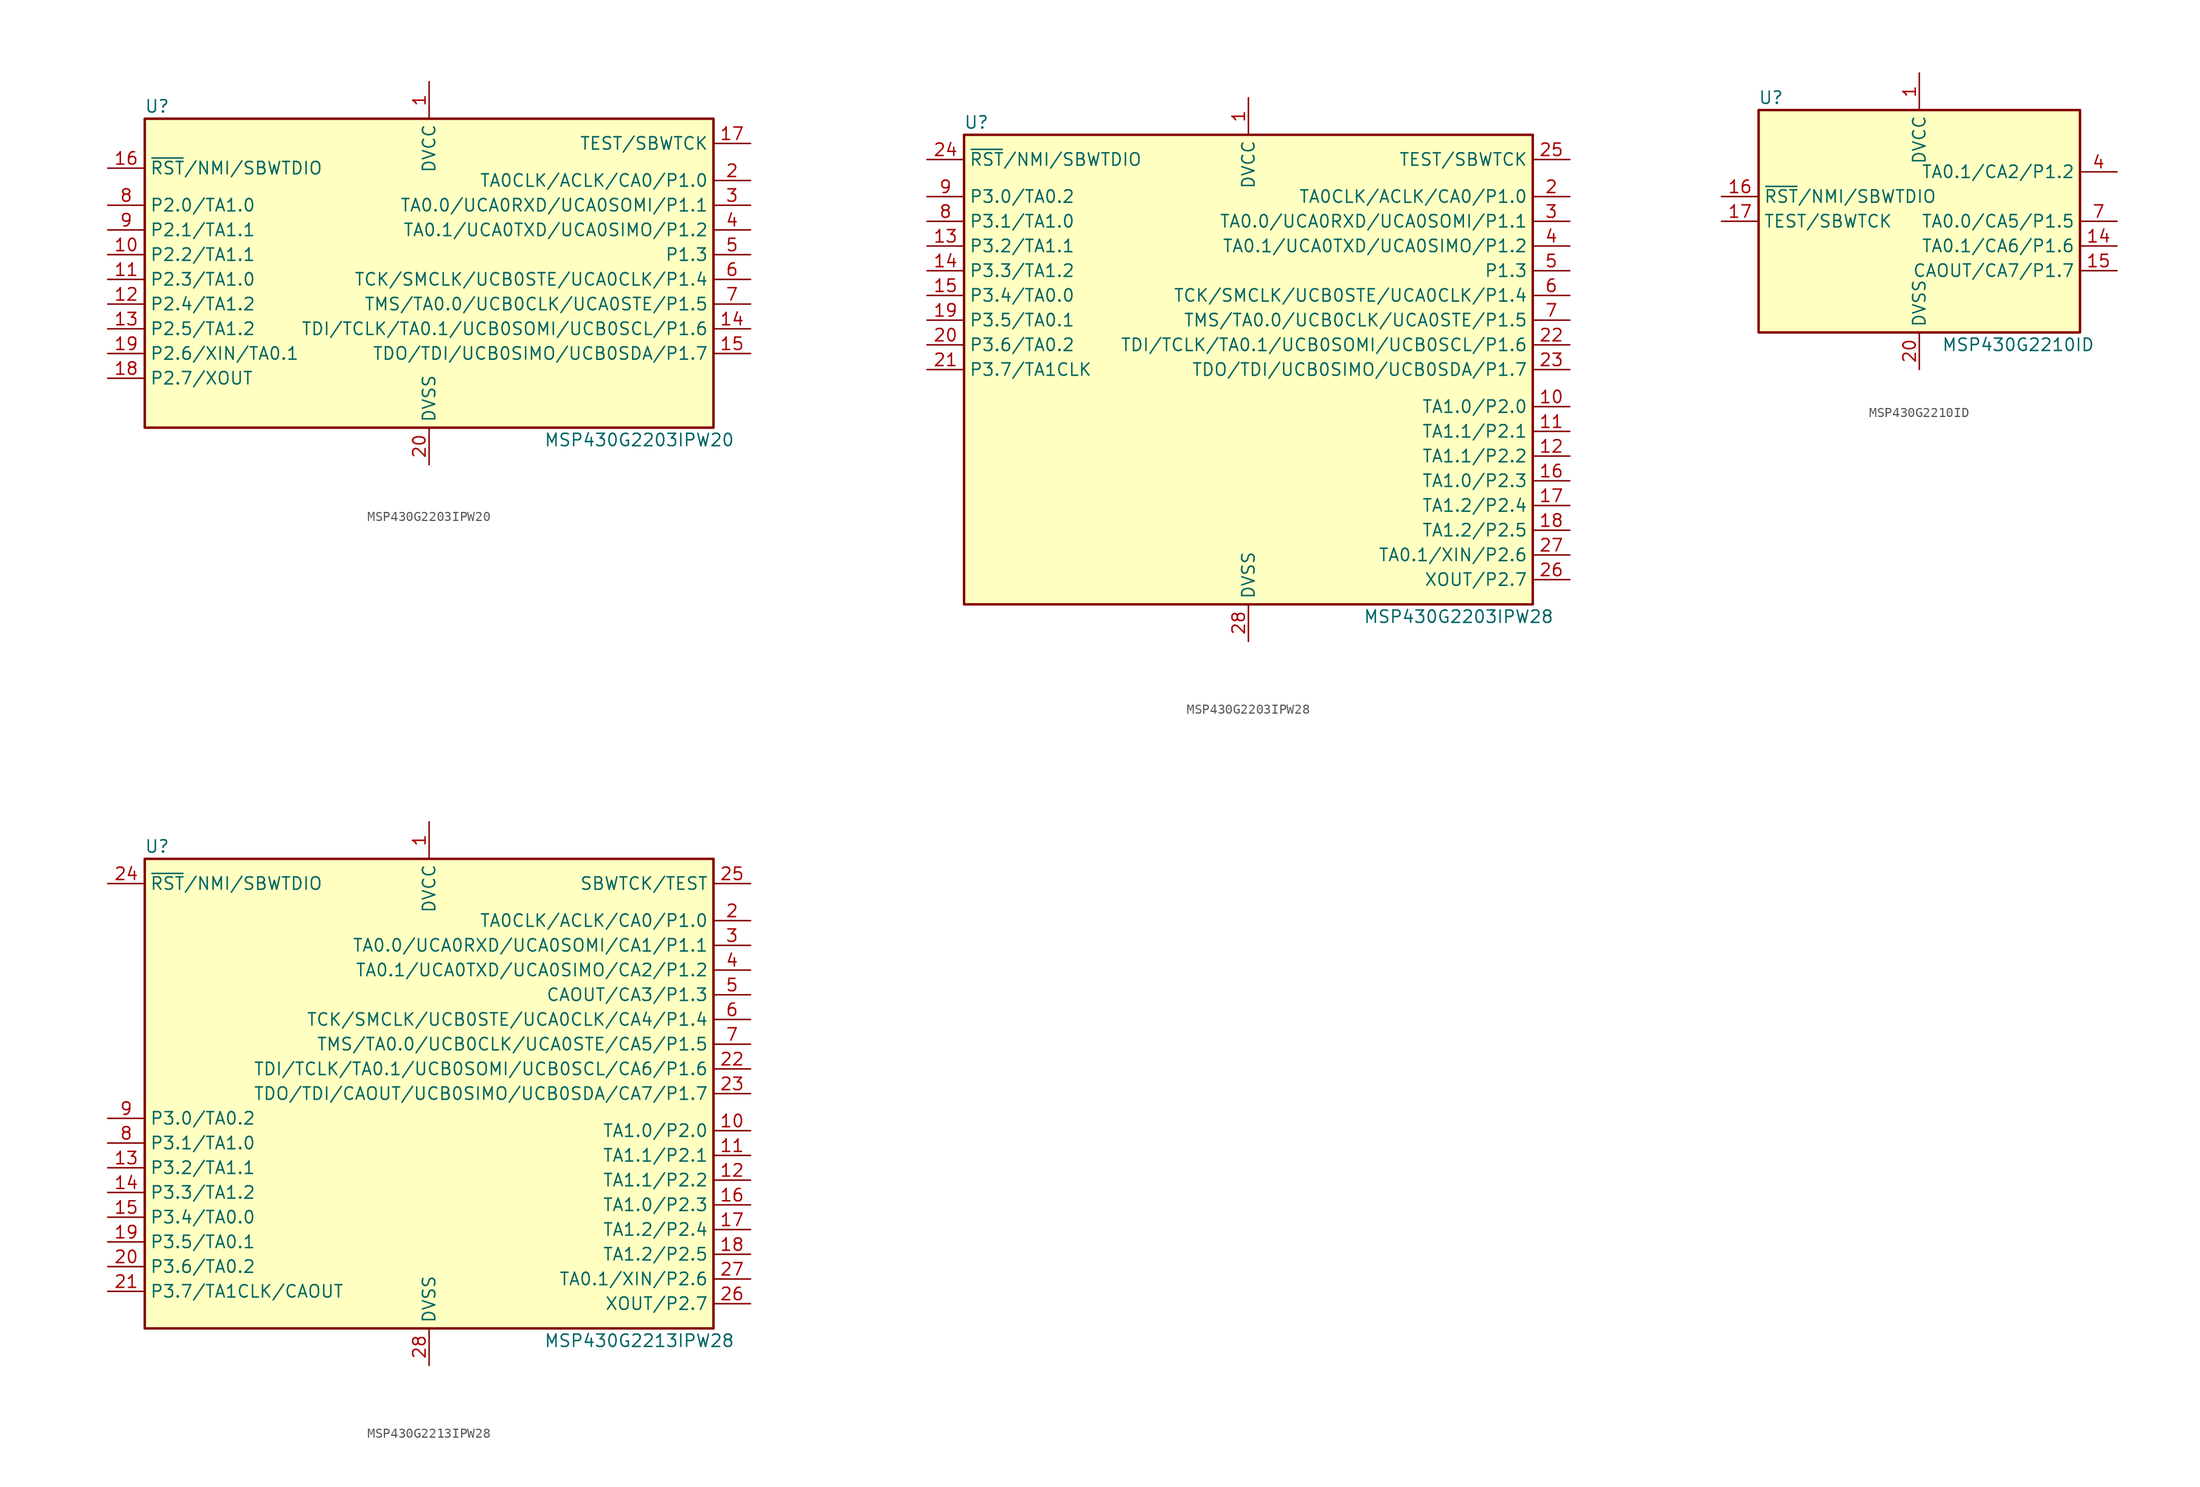
<source format=kicad_sym>
(kicad_symbol_lib
  (version 20201005)
  (generator kicad_symbol_editor)
  (symbol "MSP430G2203IPW20"
    (property "Reference" "U"
      (at -27.94 17.78 0)
      (effects (font (size 1.27 1.27))))
    (property "Value" "MSP430G2203IPW20"
      (at 21.59 -16.51 0)
      (effects (font (size 1.27 1.27))))
    (symbol "MSP430G2203IPW20_0_1"
      (rectangle (start -29.21 16.51) (end 29.21 -15.24) (stroke (width 0.254)) (fill (type background))))
    (symbol "MSP430G2203IPW20_1_1"
      (pin power_in line (at 0 20.32 270) (length 3.81) (name "DVCC" (effects (font (size 1.27 1.27)))) (number "1" (effects (font (size 1.27 1.27)))))
      (pin bidirectional line (at -33.02 2.54 0) (length 3.81) (name "P2.2/TA1.1" (effects (font (size 1.27 1.27)))) (number "10" (effects (font (size 1.27 1.27)))))
      (pin bidirectional line (at -33.02 0 0) (length 3.81) (name "P2.3/TA1.0" (effects (font (size 1.27 1.27)))) (number "11" (effects (font (size 1.27 1.27)))))
      (pin bidirectional line (at -33.02 -2.54 0) (length 3.81) (name "P2.4/TA1.2" (effects (font (size 1.27 1.27)))) (number "12" (effects (font (size 1.27 1.27)))))
      (pin bidirectional line (at -33.02 -5.08 0) (length 3.81) (name "P2.5/TA1.2" (effects (font (size 1.27 1.27)))) (number "13" (effects (font (size 1.27 1.27)))))
      (pin bidirectional line (at 33.02 -5.08 180) (length 3.81) (name "TDI/TCLK/TA0.1/UCB0SOMI/UCB0SCL/P1.6" (effects (font (size 1.27 1.27)))) (number "14" (effects (font (size 1.27 1.27)))))
      (pin bidirectional line (at 33.02 -7.62 180) (length 3.81) (name "TDO/TDI/UCB0SIMO/UCB0SDA/P1.7" (effects (font (size 1.27 1.27)))) (number "15" (effects (font (size 1.27 1.27)))))
      (pin input line (at -33.02 11.43 0) (length 3.81) (name "~RST~/NMI/SBWTDIO" (effects (font (size 1.27 1.27)))) (number "16" (effects (font (size 1.27 1.27)))))
      (pin input line (at 33.02 13.97 180) (length 3.81) (name "TEST/SBWTCK" (effects (font (size 1.27 1.27)))) (number "17" (effects (font (size 1.27 1.27)))))
      (pin bidirectional line (at -33.02 -10.16 0) (length 3.81) (name "P2.7/XOUT" (effects (font (size 1.27 1.27)))) (number "18" (effects (font (size 1.27 1.27)))))
      (pin bidirectional line (at -33.02 -7.62 0) (length 3.81) (name "P2.6/XIN/TA0.1" (effects (font (size 1.27 1.27)))) (number "19" (effects (font (size 1.27 1.27)))))
      (pin bidirectional line (at 33.02 10.16 180) (length 3.81) (name "TA0CLK/ACLK/CA0/P1.0" (effects (font (size 1.27 1.27)))) (number "2" (effects (font (size 1.27 1.27)))))
      (pin power_in line (at 0 -19.05 90) (length 3.81) (name "DVSS" (effects (font (size 1.27 1.27)))) (number "20" (effects (font (size 1.27 1.27)))))
      (pin bidirectional line (at 33.02 7.62 180) (length 3.81) (name "TA0.0/UCA0RXD/UCA0SOMI/P1.1" (effects (font (size 1.27 1.27)))) (number "3" (effects (font (size 1.27 1.27)))))
      (pin bidirectional line (at 33.02 5.08 180) (length 3.81) (name "TA0.1/UCA0TXD/UCA0SIMO/P1.2" (effects (font (size 1.27 1.27)))) (number "4" (effects (font (size 1.27 1.27)))))
      (pin bidirectional line (at 33.02 2.54 180) (length 3.81) (name "P1.3" (effects (font (size 1.27 1.27)))) (number "5" (effects (font (size 1.27 1.27)))))
      (pin bidirectional line (at 33.02 0 180) (length 3.81) (name "TCK/SMCLK/UCB0STE/UCA0CLK/P1.4" (effects (font (size 1.27 1.27)))) (number "6" (effects (font (size 1.27 1.27)))))
      (pin bidirectional line (at 33.02 -2.54 180) (length 3.81) (name "TMS/TA0.0/UCB0CLK/UCA0STE/P1.5" (effects (font (size 1.27 1.27)))) (number "7" (effects (font (size 1.27 1.27)))))
      (pin bidirectional line (at -33.02 7.62 0) (length 3.81) (name "P2.0/TA1.0" (effects (font (size 1.27 1.27)))) (number "8" (effects (font (size 1.27 1.27)))))
      (pin bidirectional line (at -33.02 5.08 0) (length 3.81) (name "P2.1/TA1.1" (effects (font (size 1.27 1.27)))) (number "9" (effects (font (size 1.27 1.27)))))))
  (symbol "MSP430G2203IPW28"
    (property "Reference" "U"
      (at -27.94 25.4 0)
      (effects (font (size 1.27 1.27))))
    (property "Value" "MSP430G2203IPW28"
      (at 21.59 -25.4 0)
      (effects (font (size 1.27 1.27))))
    (symbol "MSP430G2203IPW28_0_1"
      (rectangle (start -29.21 24.13) (end 29.21 -24.13) (stroke (width 0.254)) (fill (type background))))
    (symbol "MSP430G2203IPW28_1_1"
      (pin power_in line (at 0 27.94 270) (length 3.81) (name "DVCC" (effects (font (size 1.27 1.27)))) (number "1" (effects (font (size 1.27 1.27)))))
      (pin bidirectional line (at 33.02 -3.81 180) (length 3.81) (name "TA1.0/P2.0" (effects (font (size 1.27 1.27)))) (number "10" (effects (font (size 1.27 1.27)))))
      (pin bidirectional line (at 33.02 -6.35 180) (length 3.81) (name "TA1.1/P2.1" (effects (font (size 1.27 1.27)))) (number "11" (effects (font (size 1.27 1.27)))))
      (pin bidirectional line (at 33.02 -8.89 180) (length 3.81) (name "TA1.1/P2.2" (effects (font (size 1.27 1.27)))) (number "12" (effects (font (size 1.27 1.27)))))
      (pin bidirectional line (at -33.02 12.7 0) (length 3.81) (name "P3.2/TA1.1" (effects (font (size 1.27 1.27)))) (number "13" (effects (font (size 1.27 1.27)))))
      (pin bidirectional line (at -33.02 10.16 0) (length 3.81) (name "P3.3/TA1.2" (effects (font (size 1.27 1.27)))) (number "14" (effects (font (size 1.27 1.27)))))
      (pin bidirectional line (at -33.02 7.62 0) (length 3.81) (name "P3.4/TA0.0" (effects (font (size 1.27 1.27)))) (number "15" (effects (font (size 1.27 1.27)))))
      (pin bidirectional line (at 33.02 -11.43 180) (length 3.81) (name "TA1.0/P2.3" (effects (font (size 1.27 1.27)))) (number "16" (effects (font (size 1.27 1.27)))))
      (pin bidirectional line (at 33.02 -13.97 180) (length 3.81) (name "TA1.2/P2.4" (effects (font (size 1.27 1.27)))) (number "17" (effects (font (size 1.27 1.27)))))
      (pin bidirectional line (at 33.02 -16.51 180) (length 3.81) (name "TA1.2/P2.5" (effects (font (size 1.27 1.27)))) (number "18" (effects (font (size 1.27 1.27)))))
      (pin bidirectional line (at -33.02 5.08 0) (length 3.81) (name "P3.5/TA0.1" (effects (font (size 1.27 1.27)))) (number "19" (effects (font (size 1.27 1.27)))))
      (pin bidirectional line (at 33.02 17.78 180) (length 3.81) (name "TA0CLK/ACLK/CA0/P1.0" (effects (font (size 1.27 1.27)))) (number "2" (effects (font (size 1.27 1.27)))))
      (pin bidirectional line (at -33.02 2.54 0) (length 3.81) (name "P3.6/TA0.2" (effects (font (size 1.27 1.27)))) (number "20" (effects (font (size 1.27 1.27)))))
      (pin bidirectional line (at -33.02 0 0) (length 3.81) (name "P3.7/TA1CLK" (effects (font (size 1.27 1.27)))) (number "21" (effects (font (size 1.27 1.27)))))
      (pin bidirectional line (at 33.02 2.54 180) (length 3.81) (name "TDI/TCLK/TA0.1/UCB0SOMI/UCB0SCL/P1.6" (effects (font (size 1.27 1.27)))) (number "22" (effects (font (size 1.27 1.27)))))
      (pin bidirectional line (at 33.02 0 180) (length 3.81) (name "TDO/TDI/UCB0SIMO/UCB0SDA/P1.7" (effects (font (size 1.27 1.27)))) (number "23" (effects (font (size 1.27 1.27)))))
      (pin input line (at -33.02 21.59 0) (length 3.81) (name "~RST~/NMI/SBWTDIO" (effects (font (size 1.27 1.27)))) (number "24" (effects (font (size 1.27 1.27)))))
      (pin input line (at 33.02 21.59 180) (length 3.81) (name "TEST/SBWTCK" (effects (font (size 1.27 1.27)))) (number "25" (effects (font (size 1.27 1.27)))))
      (pin bidirectional line (at 33.02 -21.59 180) (length 3.81) (name "XOUT/P2.7" (effects (font (size 1.27 1.27)))) (number "26" (effects (font (size 1.27 1.27)))))
      (pin bidirectional line (at 33.02 -19.05 180) (length 3.81) (name "TA0.1/XIN/P2.6" (effects (font (size 1.27 1.27)))) (number "27" (effects (font (size 1.27 1.27)))))
      (pin power_in line (at 0 -27.94 90) (length 3.81) (name "DVSS" (effects (font (size 1.27 1.27)))) (number "28" (effects (font (size 1.27 1.27)))))
      (pin bidirectional line (at 33.02 15.24 180) (length 3.81) (name "TA0.0/UCA0RXD/UCA0SOMI/P1.1" (effects (font (size 1.27 1.27)))) (number "3" (effects (font (size 1.27 1.27)))))
      (pin bidirectional line (at 33.02 12.7 180) (length 3.81) (name "TA0.1/UCA0TXD/UCA0SIMO/P1.2" (effects (font (size 1.27 1.27)))) (number "4" (effects (font (size 1.27 1.27)))))
      (pin bidirectional line (at 33.02 10.16 180) (length 3.81) (name "P1.3" (effects (font (size 1.27 1.27)))) (number "5" (effects (font (size 1.27 1.27)))))
      (pin bidirectional line (at 33.02 7.62 180) (length 3.81) (name "TCK/SMCLK/UCB0STE/UCA0CLK/P1.4" (effects (font (size 1.27 1.27)))) (number "6" (effects (font (size 1.27 1.27)))))
      (pin bidirectional line (at 33.02 5.08 180) (length 3.81) (name "TMS/TA0.0/UCB0CLK/UCA0STE/P1.5" (effects (font (size 1.27 1.27)))) (number "7" (effects (font (size 1.27 1.27)))))
      (pin bidirectional line (at -33.02 15.24 0) (length 3.81) (name "P3.1/TA1.0" (effects (font (size 1.27 1.27)))) (number "8" (effects (font (size 1.27 1.27)))))
      (pin bidirectional line (at -33.02 17.78 0) (length 3.81) (name "P3.0/TA0.2" (effects (font (size 1.27 1.27)))) (number "9" (effects (font (size 1.27 1.27)))))))
  (symbol "MSP430G2210ID"
    (property "Reference" "U"
      (at -15.24 12.7 0)
      (effects (font (size 1.27 1.27))))
    (property "Value" "MSP430G2210ID"
      (at 10.16 -12.7 0)
      (effects (font (size 1.27 1.27))))
    (symbol "MSP430G2210ID_0_1"
      (rectangle (start -16.51 11.43) (end 16.51 -11.43) (stroke (width 0.254)) (fill (type background))))
    (symbol "MSP430G2210ID_1_1"
      (pin power_in line (at 0 15.24 270) (length 3.81) (name "DVCC" (effects (font (size 1.27 1.27)))) (number "1" (effects (font (size 1.27 1.27)))))
      (pin bidirectional line (at 20.32 -2.54 180) (length 3.81) (name "TA0.1/CA6/P1.6" (effects (font (size 1.27 1.27)))) (number "14" (effects (font (size 1.27 1.27)))))
      (pin bidirectional line (at 20.32 -5.08 180) (length 3.81) (name "CAOUT/CA7/P1.7" (effects (font (size 1.27 1.27)))) (number "15" (effects (font (size 1.27 1.27)))))
      (pin input line (at -20.32 2.54 0) (length 3.81) (name "~RST~/NMI/SBWTDIO" (effects (font (size 1.27 1.27)))) (number "16" (effects (font (size 1.27 1.27)))))
      (pin input line (at -20.32 0 0) (length 3.81) (name "TEST/SBWTCK" (effects (font (size 1.27 1.27)))) (number "17" (effects (font (size 1.27 1.27)))))
      (pin power_in line (at 0 -15.24 90) (length 3.81) (name "DVSS" (effects (font (size 1.27 1.27)))) (number "20" (effects (font (size 1.27 1.27)))))
      (pin bidirectional line (at 20.32 5.08 180) (length 3.81) (name "TA0.1/CA2/P1.2" (effects (font (size 1.27 1.27)))) (number "4" (effects (font (size 1.27 1.27)))))
      (pin bidirectional line (at 20.32 0 180) (length 3.81) (name "TA0.0/CA5/P1.5" (effects (font (size 1.27 1.27)))) (number "7" (effects (font (size 1.27 1.27)))))))
  (symbol "MSP430G2213IPW28"
    (property "Reference" "U"
      (at -27.94 25.4 0)
      (effects (font (size 1.27 1.27))))
    (property "Value" "MSP430G2213IPW28"
      (at 21.59 -25.4 0)
      (effects (font (size 1.27 1.27))))
    (symbol "MSP430G2213IPW28_0_1"
      (rectangle (start -29.21 24.13) (end 29.21 -24.13) (stroke (width 0.254)) (fill (type background))))
    (symbol "MSP430G2213IPW28_1_1"
      (pin power_in line (at 0 27.94 270) (length 3.81) (name "DVCC" (effects (font (size 1.27 1.27)))) (number "1" (effects (font (size 1.27 1.27)))))
      (pin bidirectional line (at 33.02 -3.81 180) (length 3.81) (name "TA1.0/P2.0" (effects (font (size 1.27 1.27)))) (number "10" (effects (font (size 1.27 1.27)))))
      (pin bidirectional line (at 33.02 -6.35 180) (length 3.81) (name "TA1.1/P2.1" (effects (font (size 1.27 1.27)))) (number "11" (effects (font (size 1.27 1.27)))))
      (pin bidirectional line (at 33.02 -8.89 180) (length 3.81) (name "TA1.1/P2.2" (effects (font (size 1.27 1.27)))) (number "12" (effects (font (size 1.27 1.27)))))
      (pin bidirectional line (at -33.02 -7.62 0) (length 3.81) (name "P3.2/TA1.1" (effects (font (size 1.27 1.27)))) (number "13" (effects (font (size 1.27 1.27)))))
      (pin bidirectional line (at -33.02 -10.16 0) (length 3.81) (name "P3.3/TA1.2" (effects (font (size 1.27 1.27)))) (number "14" (effects (font (size 1.27 1.27)))))
      (pin bidirectional line (at -33.02 -12.7 0) (length 3.81) (name "P3.4/TA0.0" (effects (font (size 1.27 1.27)))) (number "15" (effects (font (size 1.27 1.27)))))
      (pin bidirectional line (at 33.02 -11.43 180) (length 3.81) (name "TA1.0/P2.3" (effects (font (size 1.27 1.27)))) (number "16" (effects (font (size 1.27 1.27)))))
      (pin bidirectional line (at 33.02 -13.97 180) (length 3.81) (name "TA1.2/P2.4" (effects (font (size 1.27 1.27)))) (number "17" (effects (font (size 1.27 1.27)))))
      (pin bidirectional line (at 33.02 -16.51 180) (length 3.81) (name "TA1.2/P2.5" (effects (font (size 1.27 1.27)))) (number "18" (effects (font (size 1.27 1.27)))))
      (pin bidirectional line (at -33.02 -15.24 0) (length 3.81) (name "P3.5/TA0.1" (effects (font (size 1.27 1.27)))) (number "19" (effects (font (size 1.27 1.27)))))
      (pin bidirectional line (at 33.02 17.78 180) (length 3.81) (name "TA0CLK/ACLK/CA0/P1.0" (effects (font (size 1.27 1.27)))) (number "2" (effects (font (size 1.27 1.27)))))
      (pin bidirectional line (at -33.02 -17.78 0) (length 3.81) (name "P3.6/TA0.2" (effects (font (size 1.27 1.27)))) (number "20" (effects (font (size 1.27 1.27)))))
      (pin bidirectional line (at -33.02 -20.32 0) (length 3.81) (name "P3.7/TA1CLK/CAOUT" (effects (font (size 1.27 1.27)))) (number "21" (effects (font (size 1.27 1.27)))))
      (pin bidirectional line (at 33.02 2.54 180) (length 3.81) (name "TDI/TCLK/TA0.1/UCB0SOMI/UCB0SCL/CA6/P1.6" (effects (font (size 1.27 1.27)))) (number "22" (effects (font (size 1.27 1.27)))))
      (pin bidirectional line (at 33.02 0 180) (length 3.81) (name "TDO/TDI/CAOUT/UCB0SIMO/UCB0SDA/CA7/P1.7" (effects (font (size 1.27 1.27)))) (number "23" (effects (font (size 1.27 1.27)))))
      (pin input line (at -33.02 21.59 0) (length 3.81) (name "~RST~/NMI/SBWTDIO" (effects (font (size 1.27 1.27)))) (number "24" (effects (font (size 1.27 1.27)))))
      (pin input line (at 33.02 21.59 180) (length 3.81) (name "SBWTCK/TEST" (effects (font (size 1.27 1.27)))) (number "25" (effects (font (size 1.27 1.27)))))
      (pin bidirectional line (at 33.02 -21.59 180) (length 3.81) (name "XOUT/P2.7" (effects (font (size 1.27 1.27)))) (number "26" (effects (font (size 1.27 1.27)))))
      (pin bidirectional line (at 33.02 -19.05 180) (length 3.81) (name "TA0.1/XIN/P2.6" (effects (font (size 1.27 1.27)))) (number "27" (effects (font (size 1.27 1.27)))))
      (pin power_in line (at 0 -27.94 90) (length 3.81) (name "DVSS" (effects (font (size 1.27 1.27)))) (number "28" (effects (font (size 1.27 1.27)))))
      (pin bidirectional line (at 33.02 15.24 180) (length 3.81) (name "TA0.0/UCA0RXD/UCA0SOMI/CA1/P1.1" (effects (font (size 1.27 1.27)))) (number "3" (effects (font (size 1.27 1.27)))))
      (pin bidirectional line (at 33.02 12.7 180) (length 3.81) (name "TA0.1/UCA0TXD/UCA0SIMO/CA2/P1.2" (effects (font (size 1.27 1.27)))) (number "4" (effects (font (size 1.27 1.27)))))
      (pin bidirectional line (at 33.02 10.16 180) (length 3.81) (name "CAOUT/CA3/P1.3" (effects (font (size 1.27 1.27)))) (number "5" (effects (font (size 1.27 1.27)))))
      (pin bidirectional line (at 33.02 7.62 180) (length 3.81) (name "TCK/SMCLK/UCB0STE/UCA0CLK/CA4/P1.4" (effects (font (size 1.27 1.27)))) (number "6" (effects (font (size 1.27 1.27)))))
      (pin bidirectional line (at 33.02 5.08 180) (length 3.81) (name "TMS/TA0.0/UCB0CLK/UCA0STE/CA5/P1.5" (effects (font (size 1.27 1.27)))) (number "7" (effects (font (size 1.27 1.27)))))
      (pin bidirectional line (at -33.02 -5.08 0) (length 3.81) (name "P3.1/TA1.0" (effects (font (size 1.27 1.27)))) (number "8" (effects (font (size 1.27 1.27)))))
      (pin bidirectional line (at -33.02 -2.54 0) (length 3.81) (name "P3.0/TA0.2" (effects (font (size 1.27 1.27)))) (number "9" (effects (font (size 1.27 1.27))))))))
</source>
